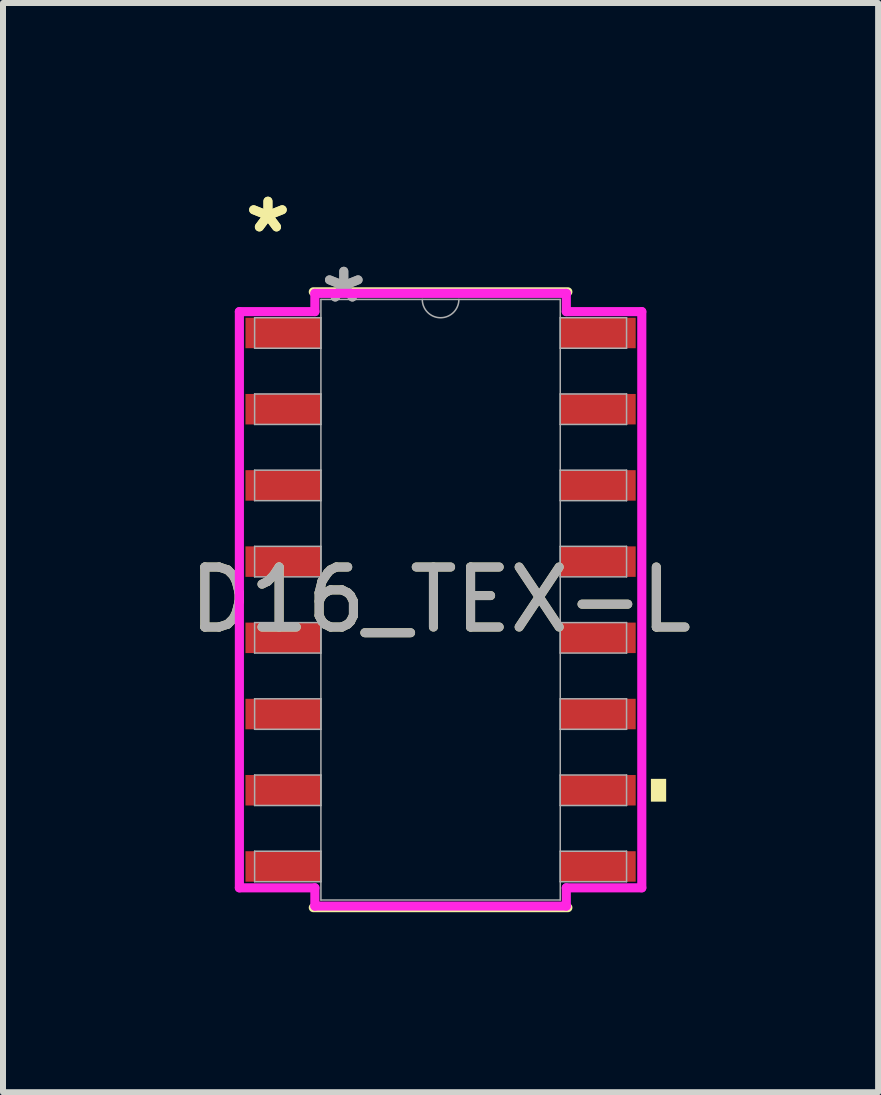
<source format=kicad_pcb>
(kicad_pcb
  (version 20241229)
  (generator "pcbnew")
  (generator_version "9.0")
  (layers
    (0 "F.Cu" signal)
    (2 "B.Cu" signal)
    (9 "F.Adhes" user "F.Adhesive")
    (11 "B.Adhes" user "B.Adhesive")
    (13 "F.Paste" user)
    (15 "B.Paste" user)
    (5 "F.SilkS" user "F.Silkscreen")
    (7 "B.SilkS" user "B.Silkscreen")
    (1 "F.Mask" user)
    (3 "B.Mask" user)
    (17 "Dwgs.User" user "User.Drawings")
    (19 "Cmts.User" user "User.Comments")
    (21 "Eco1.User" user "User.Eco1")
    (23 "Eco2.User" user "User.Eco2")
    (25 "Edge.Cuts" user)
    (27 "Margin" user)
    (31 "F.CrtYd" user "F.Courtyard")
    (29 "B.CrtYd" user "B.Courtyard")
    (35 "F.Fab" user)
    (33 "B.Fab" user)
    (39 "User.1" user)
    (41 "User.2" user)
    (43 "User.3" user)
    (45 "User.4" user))
  (footprint "D16_TEX-L"
    (layer "F.Cu")
    (at 4.292 6.944)
    (property "Reference" "D16_TEX-L" (at 0 0 0) (unlocked yes) (layer "F.SilkS") (effects (font (size 1 1) (thickness 0.15))))
    (attr smd)
    (fp_line (start -2.121 5.131) (end 2.121 5.131) (stroke (width 0.152) (type solid)) (layer "F.SilkS"))
    (fp_line (start 2.121 -5.131) (end -2.121 -5.131) (stroke (width 0.152) (type solid)) (layer "F.SilkS"))
    (fp_poly (pts (xy 3.759 2.985) (xy 3.759 3.365) (xy 3.505 3.365) (xy 3.505 2.985)) (stroke (width 0) (type solid)) (fill yes) (layer "F.SilkS"))
    (fp_line (start -3.353 -4.801) (end -2.095 -4.801) (stroke (width 0.152) (type solid)) (layer "F.CrtYd"))
    (fp_line (start -3.353 4.801) (end -3.353 -4.801) (stroke (width 0.152) (type solid)) (layer "F.CrtYd"))
    (fp_line (start -3.353 4.801) (end -2.095 4.801) (stroke (width 0.152) (type solid)) (layer "F.CrtYd"))
    (fp_line (start -2.095 -5.105) (end 2.095 -5.105) (stroke (width 0.152) (type solid)) (layer "F.CrtYd"))
    (fp_line (start -2.095 -4.801) (end -2.095 -5.105) (stroke (width 0.152) (type solid)) (layer "F.CrtYd"))
    (fp_line (start -2.095 5.105) (end -2.095 4.801) (stroke (width 0.152) (type solid)) (layer "F.CrtYd"))
    (fp_line (start 2.095 -5.105) (end 2.095 -4.801) (stroke (width 0.152) (type solid)) (layer "F.CrtYd"))
    (fp_line (start 2.095 4.801) (end 2.095 5.105) (stroke (width 0.152) (type solid)) (layer "F.CrtYd"))
    (fp_line (start 2.095 5.105) (end -2.095 5.105) (stroke (width 0.152) (type solid)) (layer "F.CrtYd"))
    (fp_line (start 3.353 -4.801) (end 2.095 -4.801) (stroke (width 0.152) (type solid)) (layer "F.CrtYd"))
    (fp_line (start 3.353 -4.801) (end 3.353 4.801) (stroke (width 0.152) (type solid)) (layer "F.CrtYd"))
    (fp_line (start 3.353 4.801) (end 2.095 4.801) (stroke (width 0.152) (type solid)) (layer "F.CrtYd"))
    (fp_line (start -3.099 -4.699) (end -3.099 -4.191) (stroke (width 0.025) (type solid)) (layer "F.Fab"))
    (fp_line (start -3.099 -4.191) (end -1.994 -4.191) (stroke (width 0.025) (type solid)) (layer "F.Fab"))
    (fp_line (start -3.099 -3.429) (end -3.099 -2.921) (stroke (width 0.025) (type solid)) (layer "F.Fab"))
    (fp_line (start -3.099 -2.921) (end -1.994 -2.921) (stroke (width 0.025) (type solid)) (layer "F.Fab"))
    (fp_line (start -3.099 -2.159) (end -3.099 -1.651) (stroke (width 0.025) (type solid)) (layer "F.Fab"))
    (fp_line (start -3.099 -1.651) (end -1.994 -1.651) (stroke (width 0.025) (type solid)) (layer "F.Fab"))
    (fp_line (start -3.099 -0.889) (end -3.099 -0.381) (stroke (width 0.025) (type solid)) (layer "F.Fab"))
    (fp_line (start -3.099 -0.381) (end -1.994 -0.381) (stroke (width 0.025) (type solid)) (layer "F.Fab"))
    (fp_line (start -3.099 0.381) (end -3.099 0.889) (stroke (width 0.025) (type solid)) (layer "F.Fab"))
    (fp_line (start -3.099 0.889) (end -1.994 0.889) (stroke (width 0.025) (type solid)) (layer "F.Fab"))
    (fp_line (start -3.099 1.651) (end -3.099 2.159) (stroke (width 0.025) (type solid)) (layer "F.Fab"))
    (fp_line (start -3.099 2.159) (end -1.994 2.159) (stroke (width 0.025) (type solid)) (layer "F.Fab"))
    (fp_line (start -3.099 2.921) (end -3.099 3.429) (stroke (width 0.025) (type solid)) (layer "F.Fab"))
    (fp_line (start -3.099 3.429) (end -1.994 3.429) (stroke (width 0.025) (type solid)) (layer "F.Fab"))
    (fp_line (start -3.099 4.191) (end -3.099 4.699) (stroke (width 0.025) (type solid)) (layer "F.Fab"))
    (fp_line (start -3.099 4.699) (end -1.994 4.699) (stroke (width 0.025) (type solid)) (layer "F.Fab"))
    (fp_line (start -1.994 -5.004) (end -1.994 5.004) (stroke (width 0.025) (type solid)) (layer "F.Fab"))
    (fp_line (start -1.994 -4.699) (end -3.099 -4.699) (stroke (width 0.025) (type solid)) (layer "F.Fab"))
    (fp_line (start -1.994 -4.191) (end -1.994 -4.699) (stroke (width 0.025) (type solid)) (layer "F.Fab"))
    (fp_line (start -1.994 -3.429) (end -3.099 -3.429) (stroke (width 0.025) (type solid)) (layer "F.Fab"))
    (fp_line (start -1.994 -2.921) (end -1.994 -3.429) (stroke (width 0.025) (type solid)) (layer "F.Fab"))
    (fp_line (start -1.994 -2.159) (end -3.099 -2.159) (stroke (width 0.025) (type solid)) (layer "F.Fab"))
    (fp_line (start -1.994 -1.651) (end -1.994 -2.159) (stroke (width 0.025) (type solid)) (layer "F.Fab"))
    (fp_line (start -1.994 -0.889) (end -3.099 -0.889) (stroke (width 0.025) (type solid)) (layer "F.Fab"))
    (fp_line (start -1.994 -0.381) (end -1.994 -0.889) (stroke (width 0.025) (type solid)) (layer "F.Fab"))
    (fp_line (start -1.994 0.381) (end -3.099 0.381) (stroke (width 0.025) (type solid)) (layer "F.Fab"))
    (fp_line (start -1.994 0.889) (end -1.994 0.381) (stroke (width 0.025) (type solid)) (layer "F.Fab"))
    (fp_line (start -1.994 1.651) (end -3.099 1.651) (stroke (width 0.025) (type solid)) (layer "F.Fab"))
    (fp_line (start -1.994 2.159) (end -1.994 1.651) (stroke (width 0.025) (type solid)) (layer "F.Fab"))
    (fp_line (start -1.994 2.921) (end -3.099 2.921) (stroke (width 0.025) (type solid)) (layer "F.Fab"))
    (fp_line (start -1.994 3.429) (end -1.994 2.921) (stroke (width 0.025) (type solid)) (layer "F.Fab"))
    (fp_line (start -1.994 4.191) (end -3.099 4.191) (stroke (width 0.025) (type solid)) (layer "F.Fab"))
    (fp_line (start -1.994 4.699) (end -1.994 4.191) (stroke (width 0.025) (type solid)) (layer "F.Fab"))
    (fp_line (start -1.994 5.004) (end 1.994 5.004) (stroke (width 0.025) (type solid)) (layer "F.Fab"))
    (fp_line (start 1.994 -5.004) (end -1.994 -5.004) (stroke (width 0.025) (type solid)) (layer "F.Fab"))
    (fp_line (start 1.994 -4.699) (end 1.994 -4.191) (stroke (width 0.025) (type solid)) (layer "F.Fab"))
    (fp_line (start 1.994 -4.191) (end 3.099 -4.191) (stroke (width 0.025) (type solid)) (layer "F.Fab"))
    (fp_line (start 1.994 -3.429) (end 1.994 -2.921) (stroke (width 0.025) (type solid)) (layer "F.Fab"))
    (fp_line (start 1.994 -2.921) (end 3.099 -2.921) (stroke (width 0.025) (type solid)) (layer "F.Fab"))
    (fp_line (start 1.994 -2.159) (end 1.994 -1.651) (stroke (width 0.025) (type solid)) (layer "F.Fab"))
    (fp_line (start 1.994 -1.651) (end 3.099 -1.651) (stroke (width 0.025) (type solid)) (layer "F.Fab"))
    (fp_line (start 1.994 -0.889) (end 1.994 -0.381) (stroke (width 0.025) (type solid)) (layer "F.Fab"))
    (fp_line (start 1.994 -0.381) (end 3.099 -0.381) (stroke (width 0.025) (type solid)) (layer "F.Fab"))
    (fp_line (start 1.994 0.381) (end 1.994 0.889) (stroke (width 0.025) (type solid)) (layer "F.Fab"))
    (fp_line (start 1.994 0.889) (end 3.099 0.889) (stroke (width 0.025) (type solid)) (layer "F.Fab"))
    (fp_line (start 1.994 1.651) (end 1.994 2.159) (stroke (width 0.025) (type solid)) (layer "F.Fab"))
    (fp_line (start 1.994 2.159) (end 3.099 2.159) (stroke (width 0.025) (type solid)) (layer "F.Fab"))
    (fp_line (start 1.994 2.921) (end 1.994 3.429) (stroke (width 0.025) (type solid)) (layer "F.Fab"))
    (fp_line (start 1.994 3.429) (end 3.099 3.429) (stroke (width 0.025) (type solid)) (layer "F.Fab"))
    (fp_line (start 1.994 4.191) (end 1.994 4.699) (stroke (width 0.025) (type solid)) (layer "F.Fab"))
    (fp_line (start 1.994 4.699) (end 3.099 4.699) (stroke (width 0.025) (type solid)) (layer "F.Fab"))
    (fp_line (start 1.994 5.004) (end 1.994 -5.004) (stroke (width 0.025) (type solid)) (layer "F.Fab"))
    (fp_line (start 3.099 -4.699) (end 1.994 -4.699) (stroke (width 0.025) (type solid)) (layer "F.Fab"))
    (fp_line (start 3.099 -4.191) (end 3.099 -4.699) (stroke (width 0.025) (type solid)) (layer "F.Fab"))
    (fp_line (start 3.099 -3.429) (end 1.994 -3.429) (stroke (width 0.025) (type solid)) (layer "F.Fab"))
    (fp_line (start 3.099 -2.921) (end 3.099 -3.429) (stroke (width 0.025) (type solid)) (layer "F.Fab"))
    (fp_line (start 3.099 -2.159) (end 1.994 -2.159) (stroke (width 0.025) (type solid)) (layer "F.Fab"))
    (fp_line (start 3.099 -1.651) (end 3.099 -2.159) (stroke (width 0.025) (type solid)) (layer "F.Fab"))
    (fp_line (start 3.099 -0.889) (end 1.994 -0.889) (stroke (width 0.025) (type solid)) (layer "F.Fab"))
    (fp_line (start 3.099 -0.381) (end 3.099 -0.889) (stroke (width 0.025) (type solid)) (layer "F.Fab"))
    (fp_line (start 3.099 0.381) (end 1.994 0.381) (stroke (width 0.025) (type solid)) (layer "F.Fab"))
    (fp_line (start 3.099 0.889) (end 3.099 0.381) (stroke (width 0.025) (type solid)) (layer "F.Fab"))
    (fp_line (start 3.099 1.651) (end 1.994 1.651) (stroke (width 0.025) (type solid)) (layer "F.Fab"))
    (fp_line (start 3.099 2.159) (end 3.099 1.651) (stroke (width 0.025) (type solid)) (layer "F.Fab"))
    (fp_line (start 3.099 2.921) (end 1.994 2.921) (stroke (width 0.025) (type solid)) (layer "F.Fab"))
    (fp_line (start 3.099 3.429) (end 3.099 2.921) (stroke (width 0.025) (type solid)) (layer "F.Fab"))
    (fp_line (start 3.099 4.191) (end 1.994 4.191) (stroke (width 0.025) (type solid)) (layer "F.Fab"))
    (fp_line (start 3.099 4.699) (end 3.099 4.191) (stroke (width 0.025) (type solid)) (layer "F.Fab"))
    (fp_arc (start 0.3048 -5.0038) (mid 0 -4.699) (end -0.3048 -5.0038) (stroke (width 0.0254) (type solid)) (layer "F.Fab"))
    (fp_text user "*" (at -2.877 -6.096 0) (unlocked yes) (layer "F.SilkS") (effects (font (size 1 1) (thickness 0.15))))
    (fp_text user "*" (at -2.877 -6.096 0) (layer "F.SilkS") (effects (font (size 1 1) (thickness 0.15))))
    (fp_text user "*" (at -1.613 -4.928 0) (unlocked yes) (layer "F.Fab") (effects (font (size 1 1) (thickness 0.15))))
    (fp_text user "${REFERENCE}" (at 0 0 0) (unlocked yes) (layer "F.Fab") (effects (font (size 1 1) (thickness 0.15))))
    (fp_text user "*" (at -1.613 -4.928 0) (layer "F.Fab") (effects (font (size 1 1) (thickness 0.15))))
    (pad "1" smd rect (at -2.623 -4.445) (size 1.257 0.508) (layers "F.Cu" "F.Mask" "F.Paste"))
    (pad "2" smd rect (at -2.623 -3.175) (size 1.257 0.508) (layers "F.Cu" "F.Mask" "F.Paste"))
    (pad "3" smd rect (at -2.623 -1.905) (size 1.257 0.508) (layers "F.Cu" "F.Mask" "F.Paste"))
    (pad "4" smd rect (at -2.623 -0.635) (size 1.257 0.508) (layers "F.Cu" "F.Mask" "F.Paste"))
    (pad "5" smd rect (at -2.623 0.635) (size 1.257 0.508) (layers "F.Cu" "F.Mask" "F.Paste"))
    (pad "6" smd rect (at -2.623 1.905) (size 1.257 0.508) (layers "F.Cu" "F.Mask" "F.Paste"))
    (pad "7" smd rect (at -2.623 3.175) (size 1.257 0.508) (layers "F.Cu" "F.Mask" "F.Paste"))
    (pad "8" smd rect (at -2.623 4.445) (size 1.257 0.508) (layers "F.Cu" "F.Mask" "F.Paste"))
    (pad "9" smd rect (at 2.623 4.445) (size 1.257 0.508) (layers "F.Cu" "F.Mask" "F.Paste"))
    (pad "10" smd rect (at 2.623 3.175) (size 1.257 0.508) (layers "F.Cu" "F.Mask" "F.Paste"))
    (pad "11" smd rect (at 2.623 1.905) (size 1.257 0.508) (layers "F.Cu" "F.Mask" "F.Paste"))
    (pad "12" smd rect (at 2.623 0.635) (size 1.257 0.508) (layers "F.Cu" "F.Mask" "F.Paste"))
    (pad "13" smd rect (at 2.623 -0.635) (size 1.257 0.508) (layers "F.Cu" "F.Mask" "F.Paste"))
    (pad "14" smd rect (at 2.623 -1.905) (size 1.257 0.508) (layers "F.Cu" "F.Mask" "F.Paste"))
    (pad "15" smd rect (at 2.623 -3.175) (size 1.257 0.508) (layers "F.Cu" "F.Mask" "F.Paste"))
    (pad "16" smd rect (at 2.623 -4.445) (size 1.257 0.508) (layers "F.Cu" "F.Mask" "F.Paste")))
  (gr_rect
    (start -3 -3)
    (end 11.583 15.151)
    (stroke (width 0.1) (type default))
    (fill no)
    (layer "Edge.Cuts")))
</source>
